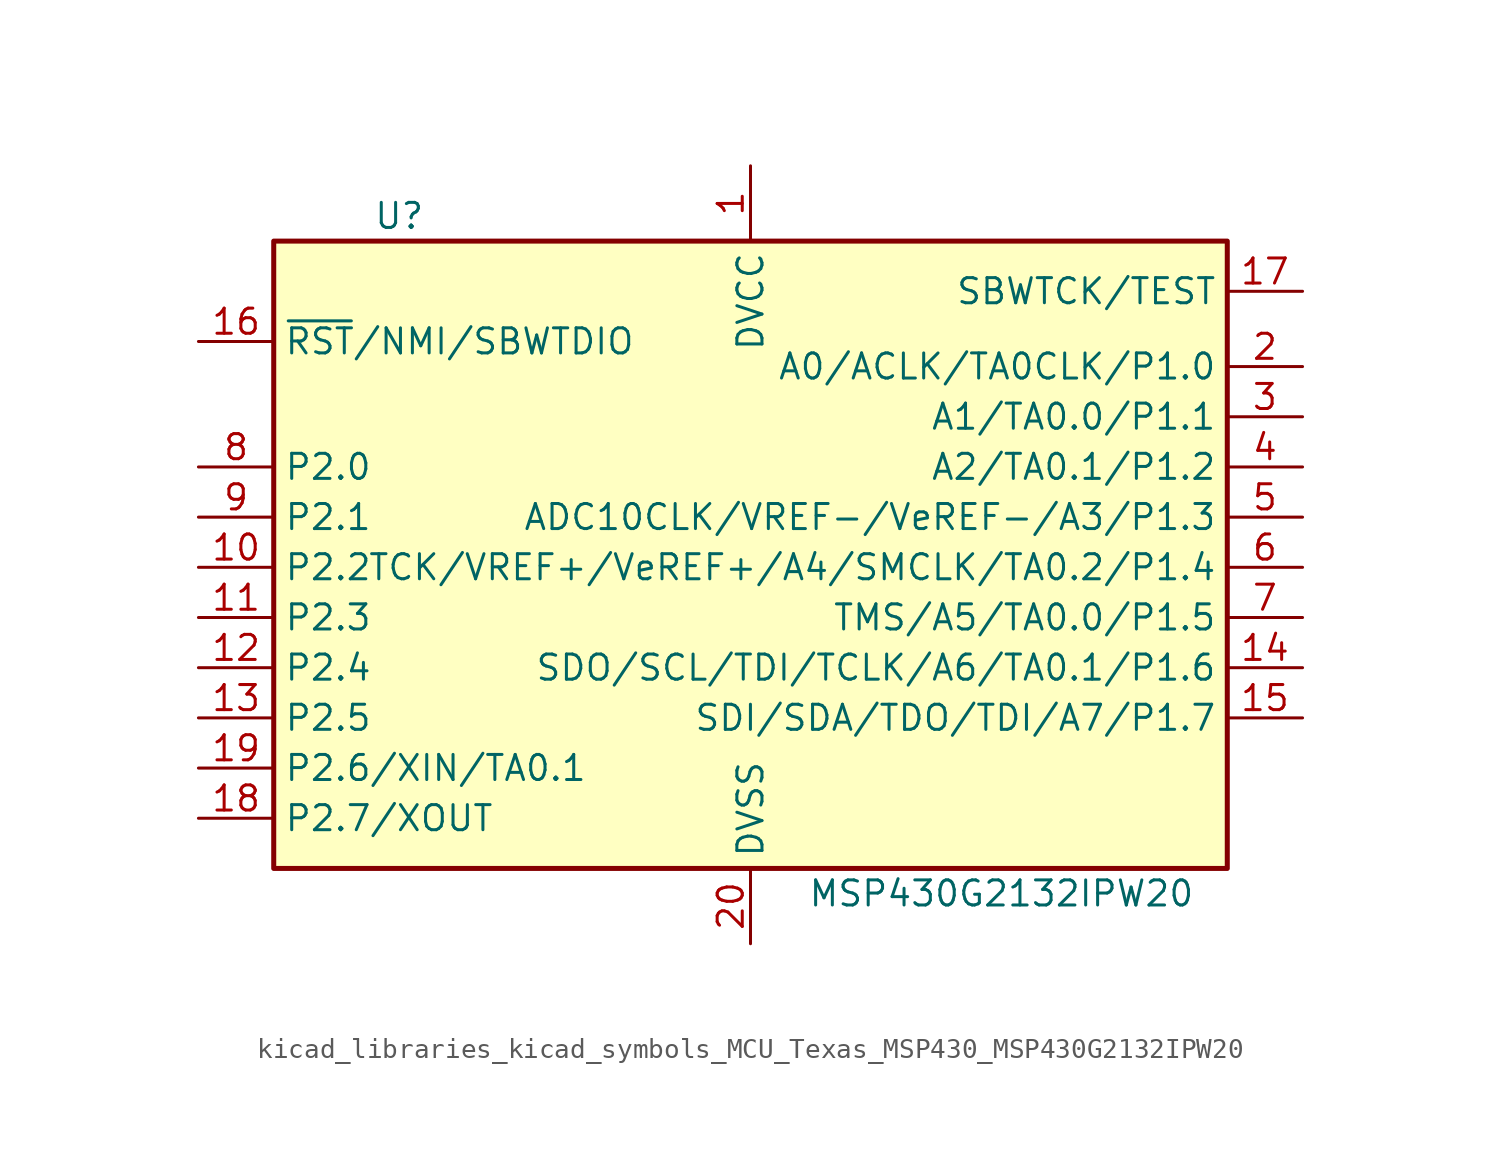
<source format=kicad_sym>
(kicad_symbol_lib
  (version 20220914)
  (generator kicad_symbol_editor)
  (symbol "kicad_libraries_kicad_symbols_MCU_Texas_MSP430_MSP430G2132IPW20"
    (property "Reference" "U"
      (at -17.78 17.78 0)
      (effects (font (size 1.27 1.27))))
    (property "Value" "MSP430G2132IPW20"
      (at 12.7 -16.51 0)
      (effects (font (size 1.27 1.27))))
    (symbol "kicad_libraries_kicad_symbols_MCU_Texas_MSP430_MSP430G2132IPW20_0_1"
      (rectangle (start -24.13 16.51) (end 24.13 -15.24) (stroke (width 0.254) (type default)) (fill (type background))))
    (symbol "kicad_libraries_kicad_symbols_MCU_Texas_MSP430_MSP430G2132IPW20_1_1"
      (pin power_in line (at 0 20.32 270) (length 3.81) (name "DVCC" (effects (font (size 1.27 1.27)))) (number "1" (effects (font (size 1.27 1.27)))))
      (pin bidirectional line (at -27.94 0 0) (length 3.81) (name "P2.2" (effects (font (size 1.27 1.27)))) (number "10" (effects (font (size 1.27 1.27)))))
      (pin bidirectional line (at -27.94 -2.54 0) (length 3.81) (name "P2.3" (effects (font (size 1.27 1.27)))) (number "11" (effects (font (size 1.27 1.27)))))
      (pin bidirectional line (at -27.94 -5.08 0) (length 3.81) (name "P2.4" (effects (font (size 1.27 1.27)))) (number "12" (effects (font (size 1.27 1.27)))))
      (pin bidirectional line (at -27.94 -7.62 0) (length 3.81) (name "P2.5" (effects (font (size 1.27 1.27)))) (number "13" (effects (font (size 1.27 1.27)))))
      (pin bidirectional line (at 27.94 -5.08 180) (length 3.81) (name "SDO/SCL/TDI/TCLK/A6/TA0.1/P1.6" (effects (font (size 1.27 1.27)))) (number "14" (effects (font (size 1.27 1.27)))))
      (pin bidirectional line (at 27.94 -7.62 180) (length 3.81) (name "SDI/SDA/TDO/TDI/A7/P1.7" (effects (font (size 1.27 1.27)))) (number "15" (effects (font (size 1.27 1.27)))))
      (pin input line (at -27.94 11.43 0) (length 3.81) (name "~{RST}/NMI/SBWTDIO" (effects (font (size 1.27 1.27)))) (number "16" (effects (font (size 1.27 1.27)))))
      (pin input line (at 27.94 13.97 180) (length 3.81) (name "SBWTCK/TEST" (effects (font (size 1.27 1.27)))) (number "17" (effects (font (size 1.27 1.27)))))
      (pin bidirectional line (at -27.94 -12.7 0) (length 3.81) (name "P2.7/XOUT" (effects (font (size 1.27 1.27)))) (number "18" (effects (font (size 1.27 1.27)))))
      (pin bidirectional line (at -27.94 -10.16 0) (length 3.81) (name "P2.6/XIN/TA0.1" (effects (font (size 1.27 1.27)))) (number "19" (effects (font (size 1.27 1.27)))))
      (pin bidirectional line (at 27.94 10.16 180) (length 3.81) (name "A0/ACLK/TA0CLK/P1.0" (effects (font (size 1.27 1.27)))) (number "2" (effects (font (size 1.27 1.27)))))
      (pin power_in line (at 0 -19.05 90) (length 3.81) (name "DVSS" (effects (font (size 1.27 1.27)))) (number "20" (effects (font (size 1.27 1.27)))))
      (pin bidirectional line (at 27.94 7.62 180) (length 3.81) (name "A1/TA0.0/P1.1" (effects (font (size 1.27 1.27)))) (number "3" (effects (font (size 1.27 1.27)))))
      (pin bidirectional line (at 27.94 5.08 180) (length 3.81) (name "A2/TA0.1/P1.2" (effects (font (size 1.27 1.27)))) (number "4" (effects (font (size 1.27 1.27)))))
      (pin bidirectional line (at 27.94 2.54 180) (length 3.81) (name "ADC10CLK/VREF-/VeREF-/A3/P1.3" (effects (font (size 1.27 1.27)))) (number "5" (effects (font (size 1.27 1.27)))))
      (pin bidirectional line (at 27.94 0 180) (length 3.81) (name "TCK/VREF+/VeREF+/A4/SMCLK/TA0.2/P1.4" (effects (font (size 1.27 1.27)))) (number "6" (effects (font (size 1.27 1.27)))))
      (pin bidirectional line (at 27.94 -2.54 180) (length 3.81) (name "TMS/A5/TA0.0/P1.5" (effects (font (size 1.27 1.27)))) (number "7" (effects (font (size 1.27 1.27)))))
      (pin bidirectional line (at -27.94 5.08 0) (length 3.81) (name "P2.0" (effects (font (size 1.27 1.27)))) (number "8" (effects (font (size 1.27 1.27)))))
      (pin bidirectional line (at -27.94 2.54 0) (length 3.81) (name "P2.1" (effects (font (size 1.27 1.27)))) (number "9" (effects (font (size 1.27 1.27))))))))
</source>
